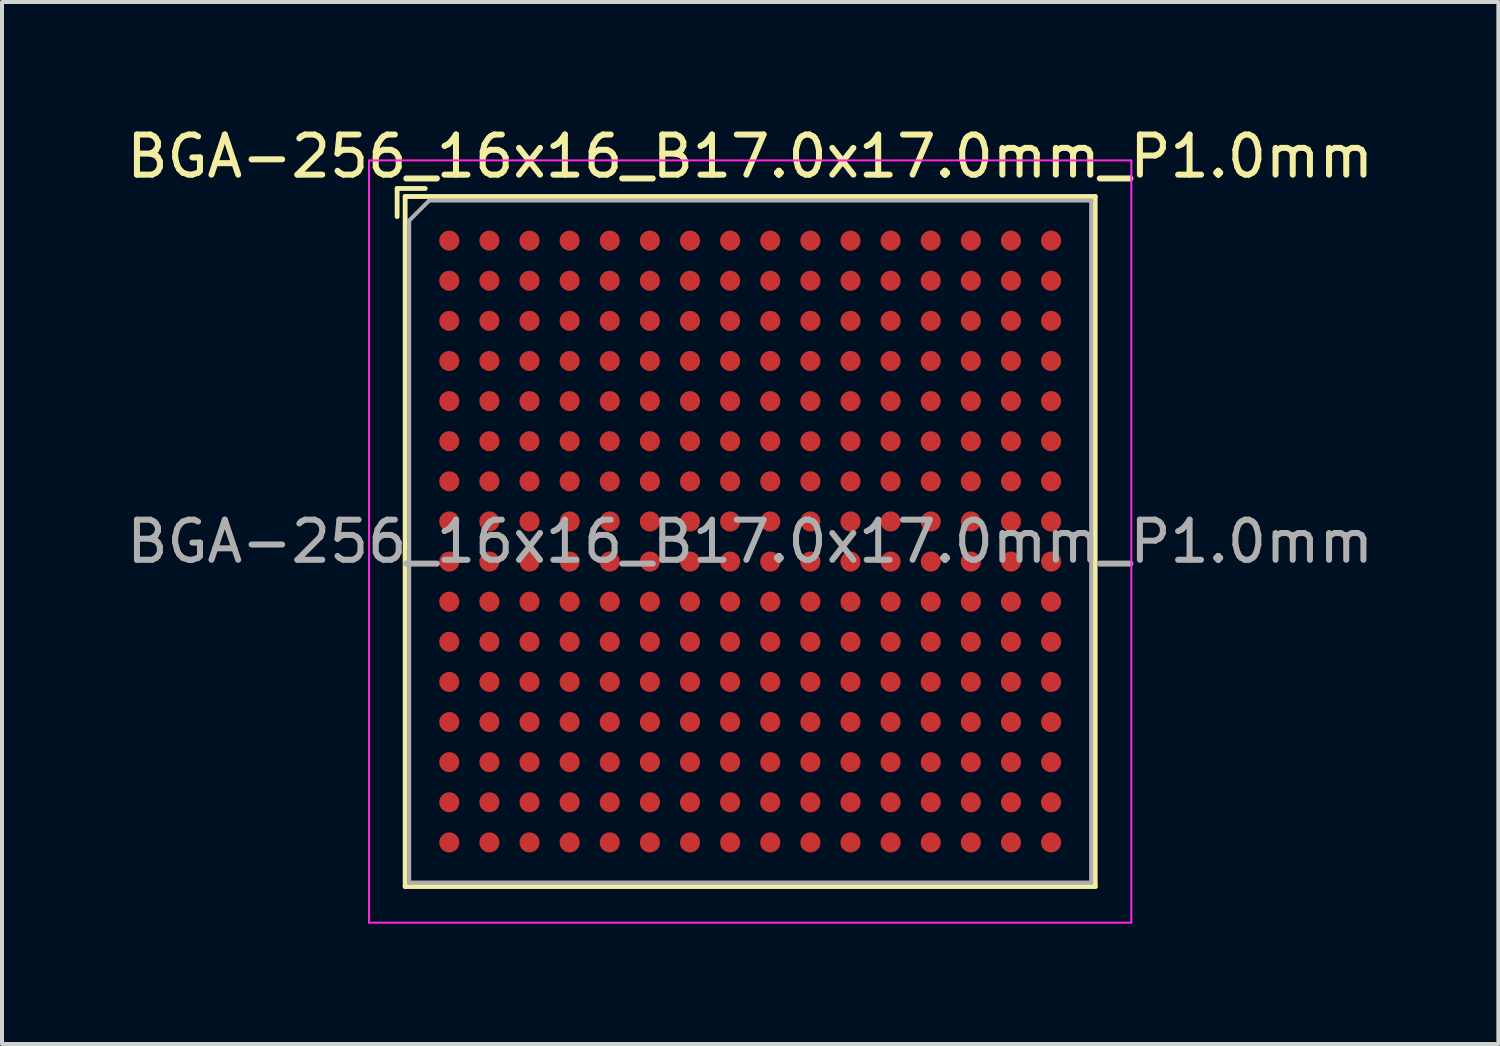
<source format=kicad_pcb>
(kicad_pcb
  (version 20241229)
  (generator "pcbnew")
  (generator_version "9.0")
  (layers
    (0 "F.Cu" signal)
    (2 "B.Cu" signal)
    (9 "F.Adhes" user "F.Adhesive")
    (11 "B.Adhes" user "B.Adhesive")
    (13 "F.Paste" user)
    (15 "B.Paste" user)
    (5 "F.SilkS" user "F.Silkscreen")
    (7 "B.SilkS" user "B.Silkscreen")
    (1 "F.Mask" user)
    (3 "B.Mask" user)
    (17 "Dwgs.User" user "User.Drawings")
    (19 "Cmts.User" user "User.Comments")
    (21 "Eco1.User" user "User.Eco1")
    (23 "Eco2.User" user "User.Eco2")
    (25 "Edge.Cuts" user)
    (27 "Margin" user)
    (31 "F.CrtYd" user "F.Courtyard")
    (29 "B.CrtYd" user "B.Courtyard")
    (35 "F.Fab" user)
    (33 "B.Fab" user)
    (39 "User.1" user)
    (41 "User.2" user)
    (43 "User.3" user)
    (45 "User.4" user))
  (footprint "BGA-256_16x16_B17.0x17.0mm_P1.0mm"
    (layer "F.Cu")
    (at 15.649 10.448)
    (property "Reference" "BGA-256_16x16_B17.0x17.0mm_P1.0mm" (at 0 -9.6 0) (layer "F.SilkS") (effects (font (size 1 1) (thickness 0.15))))
    (attr smd)
    (fp_line (start -8.8 -8.8) (end -8.8 -8.1) (stroke (width 0.12) (type solid)) (layer "F.SilkS"))
    (fp_line (start -8.6 -8.6) (end -8.6 8.6) (stroke (width 0.12) (type solid)) (layer "F.SilkS"))
    (fp_line (start -8.6 8.6) (end 8.6 8.6) (stroke (width 0.12) (type solid)) (layer "F.SilkS"))
    (fp_line (start -8.1 -8.8) (end -8.8 -8.8) (stroke (width 0.12) (type solid)) (layer "F.SilkS"))
    (fp_line (start 8.6 -8.6) (end -8.6 -8.6) (stroke (width 0.12) (type solid)) (layer "F.SilkS"))
    (fp_line (start 8.6 8.6) (end 8.6 -8.6) (stroke (width 0.12) (type solid)) (layer "F.SilkS"))
    (fp_line (start -9.5 -9.5) (end -9.5 9.5) (stroke (width 0.05) (type solid)) (layer "F.CrtYd"))
    (fp_line (start -9.5 -9.5) (end 9.5 -9.5) (stroke (width 0.05) (type solid)) (layer "F.CrtYd"))
    (fp_line (start 9.5 9.5) (end -9.5 9.5) (stroke (width 0.05) (type solid)) (layer "F.CrtYd"))
    (fp_line (start 9.5 9.5) (end 9.5 -9.5) (stroke (width 0.05) (type solid)) (layer "F.CrtYd"))
    (fp_line (start -8.5 -8) (end -8.5 8.5) (stroke (width 0.1) (type solid)) (layer "F.Fab"))
    (fp_line (start -8.5 8.5) (end 8.5 8.5) (stroke (width 0.1) (type solid)) (layer "F.Fab"))
    (fp_line (start -8 -8.5) (end -8.5 -8) (stroke (width 0.1) (type solid)) (layer "F.Fab"))
    (fp_line (start 8.5 -8.5) (end -8 -8.5) (stroke (width 0.1) (type solid)) (layer "F.Fab"))
    (fp_line (start 8.5 8.5) (end 8.5 -8.5) (stroke (width 0.1) (type solid)) (layer "F.Fab"))
    (fp_text user "${REFERENCE}" (at 0 0 0) (layer "F.Fab") (effects (font (size 1 1) (thickness 0.15))))
    (pad "A1" smd circle (at -7.5 -7.5) (size 0.5 0.5) (layers "F.Cu" "F.Mask" "F.Paste"))
    (pad "A2" smd circle (at -6.5 -7.5) (size 0.5 0.5) (layers "F.Cu" "F.Mask" "F.Paste"))
    (pad "A3" smd circle (at -5.5 -7.5) (size 0.5 0.5) (layers "F.Cu" "F.Mask" "F.Paste"))
    (pad "A4" smd circle (at -4.5 -7.5) (size 0.5 0.5) (layers "F.Cu" "F.Mask" "F.Paste"))
    (pad "A5" smd circle (at -3.5 -7.5) (size 0.5 0.5) (layers "F.Cu" "F.Mask" "F.Paste"))
    (pad "A6" smd circle (at -2.5 -7.5) (size 0.5 0.5) (layers "F.Cu" "F.Mask" "F.Paste"))
    (pad "A7" smd circle (at -1.5 -7.5) (size 0.5 0.5) (layers "F.Cu" "F.Mask" "F.Paste"))
    (pad "A8" smd circle (at -0.5 -7.5) (size 0.5 0.5) (layers "F.Cu" "F.Mask" "F.Paste"))
    (pad "A9" smd circle (at 0.5 -7.5) (size 0.5 0.5) (layers "F.Cu" "F.Mask" "F.Paste"))
    (pad "A10" smd circle (at 1.5 -7.5) (size 0.5 0.5) (layers "F.Cu" "F.Mask" "F.Paste"))
    (pad "A11" smd circle (at 2.5 -7.5) (size 0.5 0.5) (layers "F.Cu" "F.Mask" "F.Paste"))
    (pad "A12" smd circle (at 3.5 -7.5) (size 0.5 0.5) (layers "F.Cu" "F.Mask" "F.Paste"))
    (pad "A13" smd circle (at 4.5 -7.5) (size 0.5 0.5) (layers "F.Cu" "F.Mask" "F.Paste"))
    (pad "A14" smd circle (at 5.5 -7.5) (size 0.5 0.5) (layers "F.Cu" "F.Mask" "F.Paste"))
    (pad "A15" smd circle (at 6.5 -7.5) (size 0.5 0.5) (layers "F.Cu" "F.Mask" "F.Paste"))
    (pad "A16" smd circle (at 7.5 -7.5) (size 0.5 0.5) (layers "F.Cu" "F.Mask" "F.Paste"))
    (pad "B1" smd circle (at -7.5 -6.5) (size 0.5 0.5) (layers "F.Cu" "F.Mask" "F.Paste"))
    (pad "B2" smd circle (at -6.5 -6.5) (size 0.5 0.5) (layers "F.Cu" "F.Mask" "F.Paste"))
    (pad "B3" smd circle (at -5.5 -6.5) (size 0.5 0.5) (layers "F.Cu" "F.Mask" "F.Paste"))
    (pad "B4" smd circle (at -4.5 -6.5) (size 0.5 0.5) (layers "F.Cu" "F.Mask" "F.Paste"))
    (pad "B5" smd circle (at -3.5 -6.5) (size 0.5 0.5) (layers "F.Cu" "F.Mask" "F.Paste"))
    (pad "B6" smd circle (at -2.5 -6.5) (size 0.5 0.5) (layers "F.Cu" "F.Mask" "F.Paste"))
    (pad "B7" smd circle (at -1.5 -6.5) (size 0.5 0.5) (layers "F.Cu" "F.Mask" "F.Paste"))
    (pad "B8" smd circle (at -0.5 -6.5) (size 0.5 0.5) (layers "F.Cu" "F.Mask" "F.Paste"))
    (pad "B9" smd circle (at 0.5 -6.5) (size 0.5 0.5) (layers "F.Cu" "F.Mask" "F.Paste"))
    (pad "B10" smd circle (at 1.5 -6.5) (size 0.5 0.5) (layers "F.Cu" "F.Mask" "F.Paste"))
    (pad "B11" smd circle (at 2.5 -6.5) (size 0.5 0.5) (layers "F.Cu" "F.Mask" "F.Paste"))
    (pad "B12" smd circle (at 3.5 -6.5) (size 0.5 0.5) (layers "F.Cu" "F.Mask" "F.Paste"))
    (pad "B13" smd circle (at 4.5 -6.5) (size 0.5 0.5) (layers "F.Cu" "F.Mask" "F.Paste"))
    (pad "B14" smd circle (at 5.5 -6.5) (size 0.5 0.5) (layers "F.Cu" "F.Mask" "F.Paste"))
    (pad "B15" smd circle (at 6.5 -6.5) (size 0.5 0.5) (layers "F.Cu" "F.Mask" "F.Paste"))
    (pad "B16" smd circle (at 7.5 -6.5) (size 0.5 0.5) (layers "F.Cu" "F.Mask" "F.Paste"))
    (pad "C1" smd circle (at -7.5 -5.5) (size 0.5 0.5) (layers "F.Cu" "F.Mask" "F.Paste"))
    (pad "C2" smd circle (at -6.5 -5.5) (size 0.5 0.5) (layers "F.Cu" "F.Mask" "F.Paste"))
    (pad "C3" smd circle (at -5.5 -5.5) (size 0.5 0.5) (layers "F.Cu" "F.Mask" "F.Paste"))
    (pad "C4" smd circle (at -4.5 -5.5) (size 0.5 0.5) (layers "F.Cu" "F.Mask" "F.Paste"))
    (pad "C5" smd circle (at -3.5 -5.5) (size 0.5 0.5) (layers "F.Cu" "F.Mask" "F.Paste"))
    (pad "C6" smd circle (at -2.5 -5.5) (size 0.5 0.5) (layers "F.Cu" "F.Mask" "F.Paste"))
    (pad "C7" smd circle (at -1.5 -5.5) (size 0.5 0.5) (layers "F.Cu" "F.Mask" "F.Paste"))
    (pad "C8" smd circle (at -0.5 -5.5) (size 0.5 0.5) (layers "F.Cu" "F.Mask" "F.Paste"))
    (pad "C9" smd circle (at 0.5 -5.5) (size 0.5 0.5) (layers "F.Cu" "F.Mask" "F.Paste"))
    (pad "C10" smd circle (at 1.5 -5.5) (size 0.5 0.5) (layers "F.Cu" "F.Mask" "F.Paste"))
    (pad "C11" smd circle (at 2.5 -5.5) (size 0.5 0.5) (layers "F.Cu" "F.Mask" "F.Paste"))
    (pad "C12" smd circle (at 3.5 -5.5) (size 0.5 0.5) (layers "F.Cu" "F.Mask" "F.Paste"))
    (pad "C13" smd circle (at 4.5 -5.5) (size 0.5 0.5) (layers "F.Cu" "F.Mask" "F.Paste"))
    (pad "C14" smd circle (at 5.5 -5.5) (size 0.5 0.5) (layers "F.Cu" "F.Mask" "F.Paste"))
    (pad "C15" smd circle (at 6.5 -5.5) (size 0.5 0.5) (layers "F.Cu" "F.Mask" "F.Paste"))
    (pad "C16" smd circle (at 7.5 -5.5) (size 0.5 0.5) (layers "F.Cu" "F.Mask" "F.Paste"))
    (pad "D1" smd circle (at -7.5 -4.5) (size 0.5 0.5) (layers "F.Cu" "F.Mask" "F.Paste"))
    (pad "D2" smd circle (at -6.5 -4.5) (size 0.5 0.5) (layers "F.Cu" "F.Mask" "F.Paste"))
    (pad "D3" smd circle (at -5.5 -4.5) (size 0.5 0.5) (layers "F.Cu" "F.Mask" "F.Paste"))
    (pad "D4" smd circle (at -4.5 -4.5) (size 0.5 0.5) (layers "F.Cu" "F.Mask" "F.Paste"))
    (pad "D5" smd circle (at -3.5 -4.5) (size 0.5 0.5) (layers "F.Cu" "F.Mask" "F.Paste"))
    (pad "D6" smd circle (at -2.5 -4.5) (size 0.5 0.5) (layers "F.Cu" "F.Mask" "F.Paste"))
    (pad "D7" smd circle (at -1.5 -4.5) (size 0.5 0.5) (layers "F.Cu" "F.Mask" "F.Paste"))
    (pad "D8" smd circle (at -0.5 -4.5) (size 0.5 0.5) (layers "F.Cu" "F.Mask" "F.Paste"))
    (pad "D9" smd circle (at 0.5 -4.5) (size 0.5 0.5) (layers "F.Cu" "F.Mask" "F.Paste"))
    (pad "D10" smd circle (at 1.5 -4.5) (size 0.5 0.5) (layers "F.Cu" "F.Mask" "F.Paste"))
    (pad "D11" smd circle (at 2.5 -4.5) (size 0.5 0.5) (layers "F.Cu" "F.Mask" "F.Paste"))
    (pad "D12" smd circle (at 3.5 -4.5) (size 0.5 0.5) (layers "F.Cu" "F.Mask" "F.Paste"))
    (pad "D13" smd circle (at 4.5 -4.5) (size 0.5 0.5) (layers "F.Cu" "F.Mask" "F.Paste"))
    (pad "D14" smd circle (at 5.5 -4.5) (size 0.5 0.5) (layers "F.Cu" "F.Mask" "F.Paste"))
    (pad "D15" smd circle (at 6.5 -4.5) (size 0.5 0.5) (layers "F.Cu" "F.Mask" "F.Paste"))
    (pad "D16" smd circle (at 7.5 -4.5) (size 0.5 0.5) (layers "F.Cu" "F.Mask" "F.Paste"))
    (pad "E1" smd circle (at -7.5 -3.5) (size 0.5 0.5) (layers "F.Cu" "F.Mask" "F.Paste"))
    (pad "E2" smd circle (at -6.5 -3.5) (size 0.5 0.5) (layers "F.Cu" "F.Mask" "F.Paste"))
    (pad "E3" smd circle (at -5.5 -3.5) (size 0.5 0.5) (layers "F.Cu" "F.Mask" "F.Paste"))
    (pad "E4" smd circle (at -4.5 -3.5) (size 0.5 0.5) (layers "F.Cu" "F.Mask" "F.Paste"))
    (pad "E5" smd circle (at -3.5 -3.5) (size 0.5 0.5) (layers "F.Cu" "F.Mask" "F.Paste"))
    (pad "E6" smd circle (at -2.5 -3.5) (size 0.5 0.5) (layers "F.Cu" "F.Mask" "F.Paste"))
    (pad "E7" smd circle (at -1.5 -3.5) (size 0.5 0.5) (layers "F.Cu" "F.Mask" "F.Paste"))
    (pad "E8" smd circle (at -0.5 -3.5) (size 0.5 0.5) (layers "F.Cu" "F.Mask" "F.Paste"))
    (pad "E9" smd circle (at 0.5 -3.5) (size 0.5 0.5) (layers "F.Cu" "F.Mask" "F.Paste"))
    (pad "E10" smd circle (at 1.5 -3.5) (size 0.5 0.5) (layers "F.Cu" "F.Mask" "F.Paste"))
    (pad "E11" smd circle (at 2.5 -3.5) (size 0.5 0.5) (layers "F.Cu" "F.Mask" "F.Paste"))
    (pad "E12" smd circle (at 3.5 -3.5) (size 0.5 0.5) (layers "F.Cu" "F.Mask" "F.Paste"))
    (pad "E13" smd circle (at 4.5 -3.5) (size 0.5 0.5) (layers "F.Cu" "F.Mask" "F.Paste"))
    (pad "E14" smd circle (at 5.5 -3.5) (size 0.5 0.5) (layers "F.Cu" "F.Mask" "F.Paste"))
    (pad "E15" smd circle (at 6.5 -3.5) (size 0.5 0.5) (layers "F.Cu" "F.Mask" "F.Paste"))
    (pad "E16" smd circle (at 7.5 -3.5) (size 0.5 0.5) (layers "F.Cu" "F.Mask" "F.Paste"))
    (pad "F1" smd circle (at -7.5 -2.5) (size 0.5 0.5) (layers "F.Cu" "F.Mask" "F.Paste"))
    (pad "F2" smd circle (at -6.5 -2.5) (size 0.5 0.5) (layers "F.Cu" "F.Mask" "F.Paste"))
    (pad "F3" smd circle (at -5.5 -2.5) (size 0.5 0.5) (layers "F.Cu" "F.Mask" "F.Paste"))
    (pad "F4" smd circle (at -4.5 -2.5) (size 0.5 0.5) (layers "F.Cu" "F.Mask" "F.Paste"))
    (pad "F5" smd circle (at -3.5 -2.5) (size 0.5 0.5) (layers "F.Cu" "F.Mask" "F.Paste"))
    (pad "F6" smd circle (at -2.5 -2.5) (size 0.5 0.5) (layers "F.Cu" "F.Mask" "F.Paste"))
    (pad "F7" smd circle (at -1.5 -2.5) (size 0.5 0.5) (layers "F.Cu" "F.Mask" "F.Paste"))
    (pad "F8" smd circle (at -0.5 -2.5) (size 0.5 0.5) (layers "F.Cu" "F.Mask" "F.Paste"))
    (pad "F9" smd circle (at 0.5 -2.5) (size 0.5 0.5) (layers "F.Cu" "F.Mask" "F.Paste"))
    (pad "F10" smd circle (at 1.5 -2.5) (size 0.5 0.5) (layers "F.Cu" "F.Mask" "F.Paste"))
    (pad "F11" smd circle (at 2.5 -2.5) (size 0.5 0.5) (layers "F.Cu" "F.Mask" "F.Paste"))
    (pad "F12" smd circle (at 3.5 -2.5) (size 0.5 0.5) (layers "F.Cu" "F.Mask" "F.Paste"))
    (pad "F13" smd circle (at 4.5 -2.5) (size 0.5 0.5) (layers "F.Cu" "F.Mask" "F.Paste"))
    (pad "F14" smd circle (at 5.5 -2.5) (size 0.5 0.5) (layers "F.Cu" "F.Mask" "F.Paste"))
    (pad "F15" smd circle (at 6.5 -2.5) (size 0.5 0.5) (layers "F.Cu" "F.Mask" "F.Paste"))
    (pad "F16" smd circle (at 7.5 -2.5) (size 0.5 0.5) (layers "F.Cu" "F.Mask" "F.Paste"))
    (pad "G1" smd circle (at -7.5 -1.5) (size 0.5 0.5) (layers "F.Cu" "F.Mask" "F.Paste"))
    (pad "G2" smd circle (at -6.5 -1.5) (size 0.5 0.5) (layers "F.Cu" "F.Mask" "F.Paste"))
    (pad "G3" smd circle (at -5.5 -1.5) (size 0.5 0.5) (layers "F.Cu" "F.Mask" "F.Paste"))
    (pad "G4" smd circle (at -4.5 -1.5) (size 0.5 0.5) (layers "F.Cu" "F.Mask" "F.Paste"))
    (pad "G5" smd circle (at -3.5 -1.5) (size 0.5 0.5) (layers "F.Cu" "F.Mask" "F.Paste"))
    (pad "G6" smd circle (at -2.5 -1.5) (size 0.5 0.5) (layers "F.Cu" "F.Mask" "F.Paste"))
    (pad "G7" smd circle (at -1.5 -1.5) (size 0.5 0.5) (layers "F.Cu" "F.Mask" "F.Paste"))
    (pad "G8" smd circle (at -0.5 -1.5) (size 0.5 0.5) (layers "F.Cu" "F.Mask" "F.Paste"))
    (pad "G9" smd circle (at 0.5 -1.5) (size 0.5 0.5) (layers "F.Cu" "F.Mask" "F.Paste"))
    (pad "G10" smd circle (at 1.5 -1.5) (size 0.5 0.5) (layers "F.Cu" "F.Mask" "F.Paste"))
    (pad "G11" smd circle (at 2.5 -1.5) (size 0.5 0.5) (layers "F.Cu" "F.Mask" "F.Paste"))
    (pad "G12" smd circle (at 3.5 -1.5) (size 0.5 0.5) (layers "F.Cu" "F.Mask" "F.Paste"))
    (pad "G13" smd circle (at 4.5 -1.5) (size 0.5 0.5) (layers "F.Cu" "F.Mask" "F.Paste"))
    (pad "G14" smd circle (at 5.5 -1.5) (size 0.5 0.5) (layers "F.Cu" "F.Mask" "F.Paste"))
    (pad "G15" smd circle (at 6.5 -1.5) (size 0.5 0.5) (layers "F.Cu" "F.Mask" "F.Paste"))
    (pad "G16" smd circle (at 7.5 -1.5) (size 0.5 0.5) (layers "F.Cu" "F.Mask" "F.Paste"))
    (pad "H1" smd circle (at -7.5 -0.5) (size 0.5 0.5) (layers "F.Cu" "F.Mask" "F.Paste"))
    (pad "H2" smd circle (at -6.5 -0.5) (size 0.5 0.5) (layers "F.Cu" "F.Mask" "F.Paste"))
    (pad "H3" smd circle (at -5.5 -0.5) (size 0.5 0.5) (layers "F.Cu" "F.Mask" "F.Paste"))
    (pad "H4" smd circle (at -4.5 -0.5) (size 0.5 0.5) (layers "F.Cu" "F.Mask" "F.Paste"))
    (pad "H5" smd circle (at -3.5 -0.5) (size 0.5 0.5) (layers "F.Cu" "F.Mask" "F.Paste"))
    (pad "H6" smd circle (at -2.5 -0.5) (size 0.5 0.5) (layers "F.Cu" "F.Mask" "F.Paste"))
    (pad "H7" smd circle (at -1.5 -0.5) (size 0.5 0.5) (layers "F.Cu" "F.Mask" "F.Paste"))
    (pad "H8" smd circle (at -0.5 -0.5) (size 0.5 0.5) (layers "F.Cu" "F.Mask" "F.Paste"))
    (pad "H9" smd circle (at 0.5 -0.5) (size 0.5 0.5) (layers "F.Cu" "F.Mask" "F.Paste"))
    (pad "H10" smd circle (at 1.5 -0.5) (size 0.5 0.5) (layers "F.Cu" "F.Mask" "F.Paste"))
    (pad "H11" smd circle (at 2.5 -0.5) (size 0.5 0.5) (layers "F.Cu" "F.Mask" "F.Paste"))
    (pad "H12" smd circle (at 3.5 -0.5) (size 0.5 0.5) (layers "F.Cu" "F.Mask" "F.Paste"))
    (pad "H13" smd circle (at 4.5 -0.5) (size 0.5 0.5) (layers "F.Cu" "F.Mask" "F.Paste"))
    (pad "H14" smd circle (at 5.5 -0.5) (size 0.5 0.5) (layers "F.Cu" "F.Mask" "F.Paste"))
    (pad "H15" smd circle (at 6.5 -0.5) (size 0.5 0.5) (layers "F.Cu" "F.Mask" "F.Paste"))
    (pad "H16" smd circle (at 7.5 -0.5) (size 0.5 0.5) (layers "F.Cu" "F.Mask" "F.Paste"))
    (pad "J1" smd circle (at -7.5 0.5) (size 0.5 0.5) (layers "F.Cu" "F.Mask" "F.Paste"))
    (pad "J2" smd circle (at -6.5 0.5) (size 0.5 0.5) (layers "F.Cu" "F.Mask" "F.Paste"))
    (pad "J3" smd circle (at -5.5 0.5) (size 0.5 0.5) (layers "F.Cu" "F.Mask" "F.Paste"))
    (pad "J4" smd circle (at -4.5 0.5) (size 0.5 0.5) (layers "F.Cu" "F.Mask" "F.Paste"))
    (pad "J5" smd circle (at -3.5 0.5) (size 0.5 0.5) (layers "F.Cu" "F.Mask" "F.Paste"))
    (pad "J6" smd circle (at -2.5 0.5) (size 0.5 0.5) (layers "F.Cu" "F.Mask" "F.Paste"))
    (pad "J7" smd circle (at -1.5 0.5) (size 0.5 0.5) (layers "F.Cu" "F.Mask" "F.Paste"))
    (pad "J8" smd circle (at -0.5 0.5) (size 0.5 0.5) (layers "F.Cu" "F.Mask" "F.Paste"))
    (pad "J9" smd circle (at 0.5 0.5) (size 0.5 0.5) (layers "F.Cu" "F.Mask" "F.Paste"))
    (pad "J10" smd circle (at 1.5 0.5) (size 0.5 0.5) (layers "F.Cu" "F.Mask" "F.Paste"))
    (pad "J11" smd circle (at 2.5 0.5) (size 0.5 0.5) (layers "F.Cu" "F.Mask" "F.Paste"))
    (pad "J12" smd circle (at 3.5 0.5) (size 0.5 0.5) (layers "F.Cu" "F.Mask" "F.Paste"))
    (pad "J13" smd circle (at 4.5 0.5) (size 0.5 0.5) (layers "F.Cu" "F.Mask" "F.Paste"))
    (pad "J14" smd circle (at 5.5 0.5) (size 0.5 0.5) (layers "F.Cu" "F.Mask" "F.Paste"))
    (pad "J15" smd circle (at 6.5 0.5) (size 0.5 0.5) (layers "F.Cu" "F.Mask" "F.Paste"))
    (pad "J16" smd circle (at 7.5 0.5) (size 0.5 0.5) (layers "F.Cu" "F.Mask" "F.Paste"))
    (pad "K1" smd circle (at -7.5 1.5) (size 0.5 0.5) (layers "F.Cu" "F.Mask" "F.Paste"))
    (pad "K2" smd circle (at -6.5 1.5) (size 0.5 0.5) (layers "F.Cu" "F.Mask" "F.Paste"))
    (pad "K3" smd circle (at -5.5 1.5) (size 0.5 0.5) (layers "F.Cu" "F.Mask" "F.Paste"))
    (pad "K4" smd circle (at -4.5 1.5) (size 0.5 0.5) (layers "F.Cu" "F.Mask" "F.Paste"))
    (pad "K5" smd circle (at -3.5 1.5) (size 0.5 0.5) (layers "F.Cu" "F.Mask" "F.Paste"))
    (pad "K6" smd circle (at -2.5 1.5) (size 0.5 0.5) (layers "F.Cu" "F.Mask" "F.Paste"))
    (pad "K7" smd circle (at -1.5 1.5) (size 0.5 0.5) (layers "F.Cu" "F.Mask" "F.Paste"))
    (pad "K8" smd circle (at -0.5 1.5) (size 0.5 0.5) (layers "F.Cu" "F.Mask" "F.Paste"))
    (pad "K9" smd circle (at 0.5 1.5) (size 0.5 0.5) (layers "F.Cu" "F.Mask" "F.Paste"))
    (pad "K10" smd circle (at 1.5 1.5) (size 0.5 0.5) (layers "F.Cu" "F.Mask" "F.Paste"))
    (pad "K11" smd circle (at 2.5 1.5) (size 0.5 0.5) (layers "F.Cu" "F.Mask" "F.Paste"))
    (pad "K12" smd circle (at 3.5 1.5) (size 0.5 0.5) (layers "F.Cu" "F.Mask" "F.Paste"))
    (pad "K13" smd circle (at 4.5 1.5) (size 0.5 0.5) (layers "F.Cu" "F.Mask" "F.Paste"))
    (pad "K14" smd circle (at 5.5 1.5) (size 0.5 0.5) (layers "F.Cu" "F.Mask" "F.Paste"))
    (pad "K15" smd circle (at 6.5 1.5) (size 0.5 0.5) (layers "F.Cu" "F.Mask" "F.Paste"))
    (pad "K16" smd circle (at 7.5 1.5) (size 0.5 0.5) (layers "F.Cu" "F.Mask" "F.Paste"))
    (pad "L1" smd circle (at -7.5 2.5) (size 0.5 0.5) (layers "F.Cu" "F.Mask" "F.Paste"))
    (pad "L2" smd circle (at -6.5 2.5) (size 0.5 0.5) (layers "F.Cu" "F.Mask" "F.Paste"))
    (pad "L3" smd circle (at -5.5 2.5) (size 0.5 0.5) (layers "F.Cu" "F.Mask" "F.Paste"))
    (pad "L4" smd circle (at -4.5 2.5) (size 0.5 0.5) (layers "F.Cu" "F.Mask" "F.Paste"))
    (pad "L5" smd circle (at -3.5 2.5) (size 0.5 0.5) (layers "F.Cu" "F.Mask" "F.Paste"))
    (pad "L6" smd circle (at -2.5 2.5) (size 0.5 0.5) (layers "F.Cu" "F.Mask" "F.Paste"))
    (pad "L7" smd circle (at -1.5 2.5) (size 0.5 0.5) (layers "F.Cu" "F.Mask" "F.Paste"))
    (pad "L8" smd circle (at -0.5 2.5) (size 0.5 0.5) (layers "F.Cu" "F.Mask" "F.Paste"))
    (pad "L9" smd circle (at 0.5 2.5) (size 0.5 0.5) (layers "F.Cu" "F.Mask" "F.Paste"))
    (pad "L10" smd circle (at 1.5 2.5) (size 0.5 0.5) (layers "F.Cu" "F.Mask" "F.Paste"))
    (pad "L11" smd circle (at 2.5 2.5) (size 0.5 0.5) (layers "F.Cu" "F.Mask" "F.Paste"))
    (pad "L12" smd circle (at 3.5 2.5) (size 0.5 0.5) (layers "F.Cu" "F.Mask" "F.Paste"))
    (pad "L13" smd circle (at 4.5 2.5) (size 0.5 0.5) (layers "F.Cu" "F.Mask" "F.Paste"))
    (pad "L14" smd circle (at 5.5 2.5) (size 0.5 0.5) (layers "F.Cu" "F.Mask" "F.Paste"))
    (pad "L15" smd circle (at 6.5 2.5) (size 0.5 0.5) (layers "F.Cu" "F.Mask" "F.Paste"))
    (pad "L16" smd circle (at 7.5 2.5) (size 0.5 0.5) (layers "F.Cu" "F.Mask" "F.Paste"))
    (pad "M1" smd circle (at -7.5 3.5) (size 0.5 0.5) (layers "F.Cu" "F.Mask" "F.Paste"))
    (pad "M2" smd circle (at -6.5 3.5) (size 0.5 0.5) (layers "F.Cu" "F.Mask" "F.Paste"))
    (pad "M3" smd circle (at -5.5 3.5) (size 0.5 0.5) (layers "F.Cu" "F.Mask" "F.Paste"))
    (pad "M4" smd circle (at -4.5 3.5) (size 0.5 0.5) (layers "F.Cu" "F.Mask" "F.Paste"))
    (pad "M5" smd circle (at -3.5 3.5) (size 0.5 0.5) (layers "F.Cu" "F.Mask" "F.Paste"))
    (pad "M6" smd circle (at -2.5 3.5) (size 0.5 0.5) (layers "F.Cu" "F.Mask" "F.Paste"))
    (pad "M7" smd circle (at -1.5 3.5) (size 0.5 0.5) (layers "F.Cu" "F.Mask" "F.Paste"))
    (pad "M8" smd circle (at -0.5 3.5) (size 0.5 0.5) (layers "F.Cu" "F.Mask" "F.Paste"))
    (pad "M9" smd circle (at 0.5 3.5) (size 0.5 0.5) (layers "F.Cu" "F.Mask" "F.Paste"))
    (pad "M10" smd circle (at 1.5 3.5) (size 0.5 0.5) (layers "F.Cu" "F.Mask" "F.Paste"))
    (pad "M11" smd circle (at 2.5 3.5) (size 0.5 0.5) (layers "F.Cu" "F.Mask" "F.Paste"))
    (pad "M12" smd circle (at 3.5 3.5) (size 0.5 0.5) (layers "F.Cu" "F.Mask" "F.Paste"))
    (pad "M13" smd circle (at 4.5 3.5) (size 0.5 0.5) (layers "F.Cu" "F.Mask" "F.Paste"))
    (pad "M14" smd circle (at 5.5 3.5) (size 0.5 0.5) (layers "F.Cu" "F.Mask" "F.Paste"))
    (pad "M15" smd circle (at 6.5 3.5) (size 0.5 0.5) (layers "F.Cu" "F.Mask" "F.Paste"))
    (pad "M16" smd circle (at 7.5 3.5) (size 0.5 0.5) (layers "F.Cu" "F.Mask" "F.Paste"))
    (pad "N1" smd circle (at -7.5 4.5) (size 0.5 0.5) (layers "F.Cu" "F.Mask" "F.Paste"))
    (pad "N2" smd circle (at -6.5 4.5) (size 0.5 0.5) (layers "F.Cu" "F.Mask" "F.Paste"))
    (pad "N3" smd circle (at -5.5 4.5) (size 0.5 0.5) (layers "F.Cu" "F.Mask" "F.Paste"))
    (pad "N4" smd circle (at -4.5 4.5) (size 0.5 0.5) (layers "F.Cu" "F.Mask" "F.Paste"))
    (pad "N5" smd circle (at -3.5 4.5) (size 0.5 0.5) (layers "F.Cu" "F.Mask" "F.Paste"))
    (pad "N6" smd circle (at -2.5 4.5) (size 0.5 0.5) (layers "F.Cu" "F.Mask" "F.Paste"))
    (pad "N7" smd circle (at -1.5 4.5) (size 0.5 0.5) (layers "F.Cu" "F.Mask" "F.Paste"))
    (pad "N8" smd circle (at -0.5 4.5) (size 0.5 0.5) (layers "F.Cu" "F.Mask" "F.Paste"))
    (pad "N9" smd circle (at 0.5 4.5) (size 0.5 0.5) (layers "F.Cu" "F.Mask" "F.Paste"))
    (pad "N10" smd circle (at 1.5 4.5) (size 0.5 0.5) (layers "F.Cu" "F.Mask" "F.Paste"))
    (pad "N11" smd circle (at 2.5 4.5) (size 0.5 0.5) (layers "F.Cu" "F.Mask" "F.Paste"))
    (pad "N12" smd circle (at 3.5 4.5) (size 0.5 0.5) (layers "F.Cu" "F.Mask" "F.Paste"))
    (pad "N13" smd circle (at 4.5 4.5) (size 0.5 0.5) (layers "F.Cu" "F.Mask" "F.Paste"))
    (pad "N14" smd circle (at 5.5 4.5) (size 0.5 0.5) (layers "F.Cu" "F.Mask" "F.Paste"))
    (pad "N15" smd circle (at 6.5 4.5) (size 0.5 0.5) (layers "F.Cu" "F.Mask" "F.Paste"))
    (pad "N16" smd circle (at 7.5 4.5) (size 0.5 0.5) (layers "F.Cu" "F.Mask" "F.Paste"))
    (pad "P1" smd circle (at -7.5 5.5) (size 0.5 0.5) (layers "F.Cu" "F.Mask" "F.Paste"))
    (pad "P2" smd circle (at -6.5 5.5) (size 0.5 0.5) (layers "F.Cu" "F.Mask" "F.Paste"))
    (pad "P3" smd circle (at -5.5 5.5) (size 0.5 0.5) (layers "F.Cu" "F.Mask" "F.Paste"))
    (pad "P4" smd circle (at -4.5 5.5) (size 0.5 0.5) (layers "F.Cu" "F.Mask" "F.Paste"))
    (pad "P5" smd circle (at -3.5 5.5) (size 0.5 0.5) (layers "F.Cu" "F.Mask" "F.Paste"))
    (pad "P6" smd circle (at -2.5 5.5) (size 0.5 0.5) (layers "F.Cu" "F.Mask" "F.Paste"))
    (pad "P7" smd circle (at -1.5 5.5) (size 0.5 0.5) (layers "F.Cu" "F.Mask" "F.Paste"))
    (pad "P8" smd circle (at -0.5 5.5) (size 0.5 0.5) (layers "F.Cu" "F.Mask" "F.Paste"))
    (pad "P9" smd circle (at 0.5 5.5) (size 0.5 0.5) (layers "F.Cu" "F.Mask" "F.Paste"))
    (pad "P10" smd circle (at 1.5 5.5) (size 0.5 0.5) (layers "F.Cu" "F.Mask" "F.Paste"))
    (pad "P11" smd circle (at 2.5 5.5) (size 0.5 0.5) (layers "F.Cu" "F.Mask" "F.Paste"))
    (pad "P12" smd circle (at 3.5 5.5) (size 0.5 0.5) (layers "F.Cu" "F.Mask" "F.Paste"))
    (pad "P13" smd circle (at 4.5 5.5) (size 0.5 0.5) (layers "F.Cu" "F.Mask" "F.Paste"))
    (pad "P14" smd circle (at 5.5 5.5) (size 0.5 0.5) (layers "F.Cu" "F.Mask" "F.Paste"))
    (pad "P15" smd circle (at 6.5 5.5) (size 0.5 0.5) (layers "F.Cu" "F.Mask" "F.Paste"))
    (pad "P16" smd circle (at 7.5 5.5) (size 0.5 0.5) (layers "F.Cu" "F.Mask" "F.Paste"))
    (pad "R1" smd circle (at -7.5 6.5) (size 0.5 0.5) (layers "F.Cu" "F.Mask" "F.Paste"))
    (pad "R2" smd circle (at -6.5 6.5) (size 0.5 0.5) (layers "F.Cu" "F.Mask" "F.Paste"))
    (pad "R3" smd circle (at -5.5 6.5) (size 0.5 0.5) (layers "F.Cu" "F.Mask" "F.Paste"))
    (pad "R4" smd circle (at -4.5 6.5) (size 0.5 0.5) (layers "F.Cu" "F.Mask" "F.Paste"))
    (pad "R5" smd circle (at -3.5 6.5) (size 0.5 0.5) (layers "F.Cu" "F.Mask" "F.Paste"))
    (pad "R6" smd circle (at -2.5 6.5) (size 0.5 0.5) (layers "F.Cu" "F.Mask" "F.Paste"))
    (pad "R7" smd circle (at -1.5 6.5) (size 0.5 0.5) (layers "F.Cu" "F.Mask" "F.Paste"))
    (pad "R8" smd circle (at -0.5 6.5) (size 0.5 0.5) (layers "F.Cu" "F.Mask" "F.Paste"))
    (pad "R9" smd circle (at 0.5 6.5) (size 0.5 0.5) (layers "F.Cu" "F.Mask" "F.Paste"))
    (pad "R10" smd circle (at 1.5 6.5) (size 0.5 0.5) (layers "F.Cu" "F.Mask" "F.Paste"))
    (pad "R11" smd circle (at 2.5 6.5) (size 0.5 0.5) (layers "F.Cu" "F.Mask" "F.Paste"))
    (pad "R12" smd circle (at 3.5 6.5) (size 0.5 0.5) (layers "F.Cu" "F.Mask" "F.Paste"))
    (pad "R13" smd circle (at 4.5 6.5) (size 0.5 0.5) (layers "F.Cu" "F.Mask" "F.Paste"))
    (pad "R14" smd circle (at 5.5 6.5) (size 0.5 0.5) (layers "F.Cu" "F.Mask" "F.Paste"))
    (pad "R15" smd circle (at 6.5 6.5) (size 0.5 0.5) (layers "F.Cu" "F.Mask" "F.Paste"))
    (pad "R16" smd circle (at 7.5 6.5) (size 0.5 0.5) (layers "F.Cu" "F.Mask" "F.Paste"))
    (pad "T1" smd circle (at -7.5 7.5) (size 0.5 0.5) (layers "F.Cu" "F.Mask" "F.Paste"))
    (pad "T2" smd circle (at -6.5 7.5) (size 0.5 0.5) (layers "F.Cu" "F.Mask" "F.Paste"))
    (pad "T3" smd circle (at -5.5 7.5) (size 0.5 0.5) (layers "F.Cu" "F.Mask" "F.Paste"))
    (pad "T4" smd circle (at -4.5 7.5) (size 0.5 0.5) (layers "F.Cu" "F.Mask" "F.Paste"))
    (pad "T5" smd circle (at -3.5 7.5) (size 0.5 0.5) (layers "F.Cu" "F.Mask" "F.Paste"))
    (pad "T6" smd circle (at -2.5 7.5) (size 0.5 0.5) (layers "F.Cu" "F.Mask" "F.Paste"))
    (pad "T7" smd circle (at -1.5 7.5) (size 0.5 0.5) (layers "F.Cu" "F.Mask" "F.Paste"))
    (pad "T8" smd circle (at -0.5 7.5) (size 0.5 0.5) (layers "F.Cu" "F.Mask" "F.Paste"))
    (pad "T9" smd circle (at 0.5 7.5) (size 0.5 0.5) (layers "F.Cu" "F.Mask" "F.Paste"))
    (pad "T10" smd circle (at 1.5 7.5) (size 0.5 0.5) (layers "F.Cu" "F.Mask" "F.Paste"))
    (pad "T11" smd circle (at 2.5 7.5) (size 0.5 0.5) (layers "F.Cu" "F.Mask" "F.Paste"))
    (pad "T12" smd circle (at 3.5 7.5) (size 0.5 0.5) (layers "F.Cu" "F.Mask" "F.Paste"))
    (pad "T13" smd circle (at 4.5 7.5) (size 0.5 0.5) (layers "F.Cu" "F.Mask" "F.Paste"))
    (pad "T14" smd circle (at 5.5 7.5) (size 0.5 0.5) (layers "F.Cu" "F.Mask" "F.Paste"))
    (pad "T15" smd circle (at 6.5 7.5) (size 0.5 0.5) (layers "F.Cu" "F.Mask" "F.Paste"))
    (pad "T16" smd circle (at 7.5 7.5) (size 0.5 0.5) (layers "F.Cu" "F.Mask" "F.Paste")))
  (gr_rect
    (start -3 -3)
    (end 34.298 22.973)
    (stroke (width 0.1) (type default))
    (fill no)
    (layer "Edge.Cuts")))
</source>
